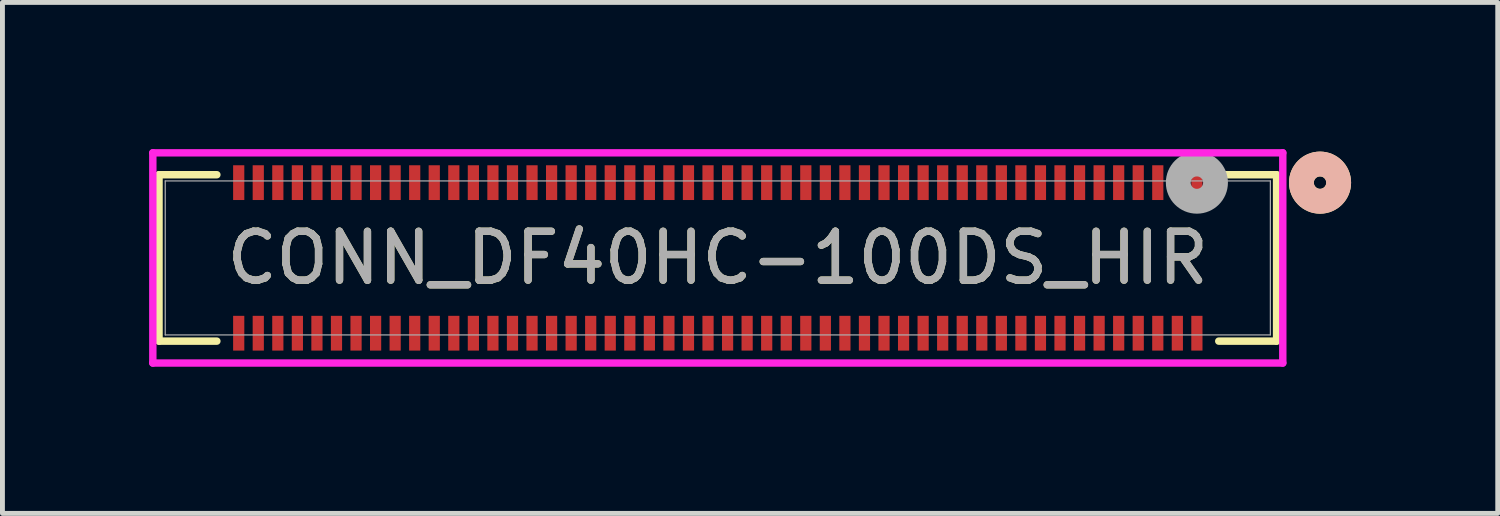
<source format=kicad_pcb>
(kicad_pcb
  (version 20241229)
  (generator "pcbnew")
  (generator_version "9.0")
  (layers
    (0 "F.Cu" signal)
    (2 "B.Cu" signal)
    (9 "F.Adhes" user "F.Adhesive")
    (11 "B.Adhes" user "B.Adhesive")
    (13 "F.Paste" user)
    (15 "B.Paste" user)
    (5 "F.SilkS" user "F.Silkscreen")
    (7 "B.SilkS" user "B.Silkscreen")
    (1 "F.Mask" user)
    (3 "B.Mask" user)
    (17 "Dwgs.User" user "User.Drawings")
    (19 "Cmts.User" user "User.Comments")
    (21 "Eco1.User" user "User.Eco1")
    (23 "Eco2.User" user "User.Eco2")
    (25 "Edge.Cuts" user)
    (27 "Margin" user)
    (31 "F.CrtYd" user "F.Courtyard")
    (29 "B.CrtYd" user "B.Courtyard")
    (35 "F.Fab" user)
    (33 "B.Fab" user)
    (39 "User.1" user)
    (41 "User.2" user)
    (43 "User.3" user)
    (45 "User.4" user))
  (footprint "CONN_DF40HC-100DS_HIR"
    (layer "F.Cu")
    (at 11.633 2.226)
    (property "Reference" "CONN_DF40HC-100DS_HIR" (at 0 0 0) (unlocked yes) (layer "F.SilkS") (effects (font (size 1 1) (thickness 0.15))))
    (attr smd)
    (fp_line (start -11.43 -1.702) (end -11.43 1.702) (stroke (width 0.152) (type solid)) (layer "F.SilkS"))
    (fp_line (start -11.43 1.702) (end -10.247 1.702) (stroke (width 0.152) (type solid)) (layer "F.SilkS"))
    (fp_line (start -10.247 -1.702) (end -11.43 -1.702) (stroke (width 0.152) (type solid)) (layer "F.SilkS"))
    (fp_line (start 10.247 1.702) (end 11.43 1.702) (stroke (width 0.152) (type solid)) (layer "F.SilkS"))
    (fp_line (start 11.43 -1.702) (end 10.247 -1.702) (stroke (width 0.152) (type solid)) (layer "F.SilkS"))
    (fp_line (start 11.43 1.702) (end 11.43 -1.702) (stroke (width 0.152) (type solid)) (layer "F.SilkS"))
    (fp_circle (center 12.319 -1.54) (end 12.7 -1.54) (stroke (width 0.508) (type solid)) (fill no) (layer "F.SilkS"))
    (fp_circle (center 12.319 -1.54) (end 12.7 -1.54) (stroke (width 0.508) (type solid)) (fill no) (layer "B.SilkS"))
    (fp_line (start -11.557 -2.15) (end -11.557 2.15) (stroke (width 0.152) (type solid)) (layer "F.CrtYd"))
    (fp_line (start -11.557 2.15) (end 11.557 2.15) (stroke (width 0.152) (type solid)) (layer "F.CrtYd"))
    (fp_line (start 11.557 -2.15) (end -11.557 -2.15) (stroke (width 0.152) (type solid)) (layer "F.CrtYd"))
    (fp_line (start 11.557 2.15) (end 11.557 -2.15) (stroke (width 0.152) (type solid)) (layer "F.CrtYd"))
    (fp_line (start -11.303 -1.575) (end -11.303 1.575) (stroke (width 0.025) (type solid)) (layer "F.Fab"))
    (fp_line (start -11.303 1.575) (end 11.303 1.575) (stroke (width 0.025) (type solid)) (layer "F.Fab"))
    (fp_line (start 11.303 -1.575) (end -11.303 -1.575) (stroke (width 0.025) (type solid)) (layer "F.Fab"))
    (fp_line (start 11.303 1.575) (end 11.303 -1.575) (stroke (width 0.025) (type solid)) (layer "F.Fab"))
    (fp_circle (center 9.8 -1.54) (end 10.181 -1.54) (stroke (width 0.508) (type solid)) (fill no) (layer "F.Fab"))
    (fp_text user "${REFERENCE}" (at 0 0 0) (unlocked yes) (layer "F.Fab") (effects (font (size 1 1) (thickness 0.15))))
    (pad "1" smd rect (at 9.8 -1.54) (size 0.229 0.711) (layers "F.Cu" "F.Mask" "F.Paste"))
    (pad "2" smd rect (at 9.4 -1.54) (size 0.229 0.711) (layers "F.Cu" "F.Mask" "F.Paste"))
    (pad "3" smd rect (at 9 -1.54) (size 0.229 0.711) (layers "F.Cu" "F.Mask" "F.Paste"))
    (pad "4" smd rect (at 8.6 -1.54) (size 0.229 0.711) (layers "F.Cu" "F.Mask" "F.Paste"))
    (pad "5" smd rect (at 8.2 -1.54) (size 0.229 0.711) (layers "F.Cu" "F.Mask" "F.Paste"))
    (pad "6" smd rect (at 7.8 -1.54) (size 0.229 0.711) (layers "F.Cu" "F.Mask" "F.Paste"))
    (pad "7" smd rect (at 7.4 -1.54) (size 0.229 0.711) (layers "F.Cu" "F.Mask" "F.Paste"))
    (pad "8" smd rect (at 7 -1.54) (size 0.229 0.711) (layers "F.Cu" "F.Mask" "F.Paste"))
    (pad "9" smd rect (at 6.6 -1.54) (size 0.229 0.711) (layers "F.Cu" "F.Mask" "F.Paste"))
    (pad "10" smd rect (at 6.2 -1.54) (size 0.229 0.711) (layers "F.Cu" "F.Mask" "F.Paste"))
    (pad "11" smd rect (at 5.8 -1.54) (size 0.229 0.711) (layers "F.Cu" "F.Mask" "F.Paste"))
    (pad "12" smd rect (at 5.4 -1.54) (size 0.229 0.711) (layers "F.Cu" "F.Mask" "F.Paste"))
    (pad "13" smd rect (at 5 -1.54) (size 0.229 0.711) (layers "F.Cu" "F.Mask" "F.Paste"))
    (pad "14" smd rect (at 4.6 -1.54) (size 0.229 0.711) (layers "F.Cu" "F.Mask" "F.Paste"))
    (pad "15" smd rect (at 4.2 -1.54) (size 0.229 0.711) (layers "F.Cu" "F.Mask" "F.Paste"))
    (pad "16" smd rect (at 3.8 -1.54) (size 0.229 0.711) (layers "F.Cu" "F.Mask" "F.Paste"))
    (pad "17" smd rect (at 3.4 -1.54) (size 0.229 0.711) (layers "F.Cu" "F.Mask" "F.Paste"))
    (pad "18" smd rect (at 3 -1.54) (size 0.229 0.711) (layers "F.Cu" "F.Mask" "F.Paste"))
    (pad "19" smd rect (at 2.6 -1.54) (size 0.229 0.711) (layers "F.Cu" "F.Mask" "F.Paste"))
    (pad "20" smd rect (at 2.2 -1.54) (size 0.229 0.711) (layers "F.Cu" "F.Mask" "F.Paste"))
    (pad "21" smd rect (at 1.8 -1.54) (size 0.229 0.711) (layers "F.Cu" "F.Mask" "F.Paste"))
    (pad "22" smd rect (at 1.4 -1.54) (size 0.229 0.711) (layers "F.Cu" "F.Mask" "F.Paste"))
    (pad "23" smd rect (at 1 -1.54) (size 0.229 0.711) (layers "F.Cu" "F.Mask" "F.Paste"))
    (pad "24" smd rect (at 0.6 -1.54) (size 0.229 0.711) (layers "F.Cu" "F.Mask" "F.Paste"))
    (pad "25" smd rect (at 0.2 -1.54) (size 0.229 0.711) (layers "F.Cu" "F.Mask" "F.Paste"))
    (pad "26" smd rect (at -0.2 -1.54) (size 0.229 0.711) (layers "F.Cu" "F.Mask" "F.Paste"))
    (pad "27" smd rect (at -0.6 -1.54) (size 0.229 0.711) (layers "F.Cu" "F.Mask" "F.Paste"))
    (pad "28" smd rect (at -1 -1.54) (size 0.229 0.711) (layers "F.Cu" "F.Mask" "F.Paste"))
    (pad "29" smd rect (at -1.4 -1.54) (size 0.229 0.711) (layers "F.Cu" "F.Mask" "F.Paste"))
    (pad "30" smd rect (at -1.8 -1.54) (size 0.229 0.711) (layers "F.Cu" "F.Mask" "F.Paste"))
    (pad "31" smd rect (at -2.2 -1.54) (size 0.229 0.711) (layers "F.Cu" "F.Mask" "F.Paste"))
    (pad "32" smd rect (at -2.6 -1.54) (size 0.229 0.711) (layers "F.Cu" "F.Mask" "F.Paste"))
    (pad "33" smd rect (at -3 -1.54) (size 0.229 0.711) (layers "F.Cu" "F.Mask" "F.Paste"))
    (pad "34" smd rect (at -3.4 -1.54) (size 0.229 0.711) (layers "F.Cu" "F.Mask" "F.Paste"))
    (pad "35" smd rect (at -3.8 -1.54) (size 0.229 0.711) (layers "F.Cu" "F.Mask" "F.Paste"))
    (pad "36" smd rect (at -4.2 -1.54) (size 0.229 0.711) (layers "F.Cu" "F.Mask" "F.Paste"))
    (pad "37" smd rect (at -4.6 -1.54) (size 0.229 0.711) (layers "F.Cu" "F.Mask" "F.Paste"))
    (pad "38" smd rect (at -5 -1.54) (size 0.229 0.711) (layers "F.Cu" "F.Mask" "F.Paste"))
    (pad "39" smd rect (at -5.4 -1.54) (size 0.229 0.711) (layers "F.Cu" "F.Mask" "F.Paste"))
    (pad "40" smd rect (at -5.8 -1.54) (size 0.229 0.711) (layers "F.Cu" "F.Mask" "F.Paste"))
    (pad "41" smd rect (at -6.2 -1.54) (size 0.229 0.711) (layers "F.Cu" "F.Mask" "F.Paste"))
    (pad "42" smd rect (at -6.6 -1.54) (size 0.229 0.711) (layers "F.Cu" "F.Mask" "F.Paste"))
    (pad "43" smd rect (at -7 -1.54) (size 0.229 0.711) (layers "F.Cu" "F.Mask" "F.Paste"))
    (pad "44" smd rect (at -7.4 -1.54) (size 0.229 0.711) (layers "F.Cu" "F.Mask" "F.Paste"))
    (pad "45" smd rect (at -7.8 -1.54) (size 0.229 0.711) (layers "F.Cu" "F.Mask" "F.Paste"))
    (pad "46" smd rect (at -8.2 -1.54) (size 0.229 0.711) (layers "F.Cu" "F.Mask" "F.Paste"))
    (pad "47" smd rect (at -8.6 -1.54) (size 0.229 0.711) (layers "F.Cu" "F.Mask" "F.Paste"))
    (pad "48" smd rect (at -9 -1.54) (size 0.229 0.711) (layers "F.Cu" "F.Mask" "F.Paste"))
    (pad "49" smd rect (at -9.4 -1.54) (size 0.229 0.711) (layers "F.Cu" "F.Mask" "F.Paste"))
    (pad "50" smd rect (at -9.8 -1.54) (size 0.229 0.711) (layers "F.Cu" "F.Mask" "F.Paste"))
    (pad "51" smd rect (at 9.8 1.54) (size 0.229 0.711) (layers "F.Cu" "F.Mask" "F.Paste"))
    (pad "52" smd rect (at 9.4 1.54) (size 0.229 0.711) (layers "F.Cu" "F.Mask" "F.Paste"))
    (pad "53" smd rect (at 9 1.54) (size 0.229 0.711) (layers "F.Cu" "F.Mask" "F.Paste"))
    (pad "54" smd rect (at 8.6 1.54) (size 0.229 0.711) (layers "F.Cu" "F.Mask" "F.Paste"))
    (pad "55" smd rect (at 8.2 1.54) (size 0.229 0.711) (layers "F.Cu" "F.Mask" "F.Paste"))
    (pad "56" smd rect (at 7.8 1.54) (size 0.229 0.711) (layers "F.Cu" "F.Mask" "F.Paste"))
    (pad "57" smd rect (at 7.4 1.54) (size 0.229 0.711) (layers "F.Cu" "F.Mask" "F.Paste"))
    (pad "58" smd rect (at 7 1.54) (size 0.229 0.711) (layers "F.Cu" "F.Mask" "F.Paste"))
    (pad "59" smd rect (at 6.6 1.54) (size 0.229 0.711) (layers "F.Cu" "F.Mask" "F.Paste"))
    (pad "60" smd rect (at 6.2 1.54) (size 0.229 0.711) (layers "F.Cu" "F.Mask" "F.Paste"))
    (pad "61" smd rect (at 5.8 1.54) (size 0.229 0.711) (layers "F.Cu" "F.Mask" "F.Paste"))
    (pad "62" smd rect (at 5.4 1.54) (size 0.229 0.711) (layers "F.Cu" "F.Mask" "F.Paste"))
    (pad "63" smd rect (at 5 1.54) (size 0.229 0.711) (layers "F.Cu" "F.Mask" "F.Paste"))
    (pad "64" smd rect (at 4.6 1.54) (size 0.229 0.711) (layers "F.Cu" "F.Mask" "F.Paste"))
    (pad "65" smd rect (at 4.2 1.54) (size 0.229 0.711) (layers "F.Cu" "F.Mask" "F.Paste"))
    (pad "66" smd rect (at 3.8 1.54) (size 0.229 0.711) (layers "F.Cu" "F.Mask" "F.Paste"))
    (pad "67" smd rect (at 3.4 1.54) (size 0.229 0.711) (layers "F.Cu" "F.Mask" "F.Paste"))
    (pad "68" smd rect (at 3 1.54) (size 0.229 0.711) (layers "F.Cu" "F.Mask" "F.Paste"))
    (pad "69" smd rect (at 2.6 1.54) (size 0.229 0.711) (layers "F.Cu" "F.Mask" "F.Paste"))
    (pad "70" smd rect (at 2.2 1.54) (size 0.229 0.711) (layers "F.Cu" "F.Mask" "F.Paste"))
    (pad "71" smd rect (at 1.8 1.54) (size 0.229 0.711) (layers "F.Cu" "F.Mask" "F.Paste"))
    (pad "72" smd rect (at 1.4 1.54) (size 0.229 0.711) (layers "F.Cu" "F.Mask" "F.Paste"))
    (pad "73" smd rect (at 1 1.54) (size 0.229 0.711) (layers "F.Cu" "F.Mask" "F.Paste"))
    (pad "74" smd rect (at 0.6 1.54) (size 0.229 0.711) (layers "F.Cu" "F.Mask" "F.Paste"))
    (pad "75" smd rect (at 0.2 1.54) (size 0.229 0.711) (layers "F.Cu" "F.Mask" "F.Paste"))
    (pad "76" smd rect (at -0.2 1.54) (size 0.229 0.711) (layers "F.Cu" "F.Mask" "F.Paste"))
    (pad "77" smd rect (at -0.6 1.54) (size 0.229 0.711) (layers "F.Cu" "F.Mask" "F.Paste"))
    (pad "78" smd rect (at -1 1.54) (size 0.229 0.711) (layers "F.Cu" "F.Mask" "F.Paste"))
    (pad "79" smd rect (at -1.4 1.54) (size 0.229 0.711) (layers "F.Cu" "F.Mask" "F.Paste"))
    (pad "80" smd rect (at -1.8 1.54) (size 0.229 0.711) (layers "F.Cu" "F.Mask" "F.Paste"))
    (pad "81" smd rect (at -2.2 1.54) (size 0.229 0.711) (layers "F.Cu" "F.Mask" "F.Paste"))
    (pad "82" smd rect (at -2.6 1.54) (size 0.229 0.711) (layers "F.Cu" "F.Mask" "F.Paste"))
    (pad "83" smd rect (at -3 1.54) (size 0.229 0.711) (layers "F.Cu" "F.Mask" "F.Paste"))
    (pad "84" smd rect (at -3.4 1.54) (size 0.229 0.711) (layers "F.Cu" "F.Mask" "F.Paste"))
    (pad "85" smd rect (at -3.8 1.54) (size 0.229 0.711) (layers "F.Cu" "F.Mask" "F.Paste"))
    (pad "86" smd rect (at -4.2 1.54) (size 0.229 0.711) (layers "F.Cu" "F.Mask" "F.Paste"))
    (pad "87" smd rect (at -4.6 1.54) (size 0.229 0.711) (layers "F.Cu" "F.Mask" "F.Paste"))
    (pad "88" smd rect (at -5 1.54) (size 0.229 0.711) (layers "F.Cu" "F.Mask" "F.Paste"))
    (pad "89" smd rect (at -5.4 1.54) (size 0.229 0.711) (layers "F.Cu" "F.Mask" "F.Paste"))
    (pad "90" smd rect (at -5.8 1.54) (size 0.229 0.711) (layers "F.Cu" "F.Mask" "F.Paste"))
    (pad "91" smd rect (at -6.2 1.54) (size 0.229 0.711) (layers "F.Cu" "F.Mask" "F.Paste"))
    (pad "92" smd rect (at -6.6 1.54) (size 0.229 0.711) (layers "F.Cu" "F.Mask" "F.Paste"))
    (pad "93" smd rect (at -7 1.54) (size 0.229 0.711) (layers "F.Cu" "F.Mask" "F.Paste"))
    (pad "94" smd rect (at -7.4 1.54) (size 0.229 0.711) (layers "F.Cu" "F.Mask" "F.Paste"))
    (pad "95" smd rect (at -7.8 1.54) (size 0.229 0.711) (layers "F.Cu" "F.Mask" "F.Paste"))
    (pad "96" smd rect (at -8.2 1.54) (size 0.229 0.711) (layers "F.Cu" "F.Mask" "F.Paste"))
    (pad "97" smd rect (at -8.6 1.54) (size 0.229 0.711) (layers "F.Cu" "F.Mask" "F.Paste"))
    (pad "98" smd rect (at -9 1.54) (size 0.229 0.711) (layers "F.Cu" "F.Mask" "F.Paste"))
    (pad "99" smd rect (at -9.4 1.54) (size 0.229 0.711) (layers "F.Cu" "F.Mask" "F.Paste"))
    (pad "100" smd rect (at -9.8 1.54) (size 0.229 0.711) (layers "F.Cu" "F.Mask" "F.Paste")))
  (gr_rect
    (start -3 -3)
    (end 27.587 7.452)
    (stroke (width 0.1) (type default))
    (fill no)
    (layer "Edge.Cuts")))
</source>
